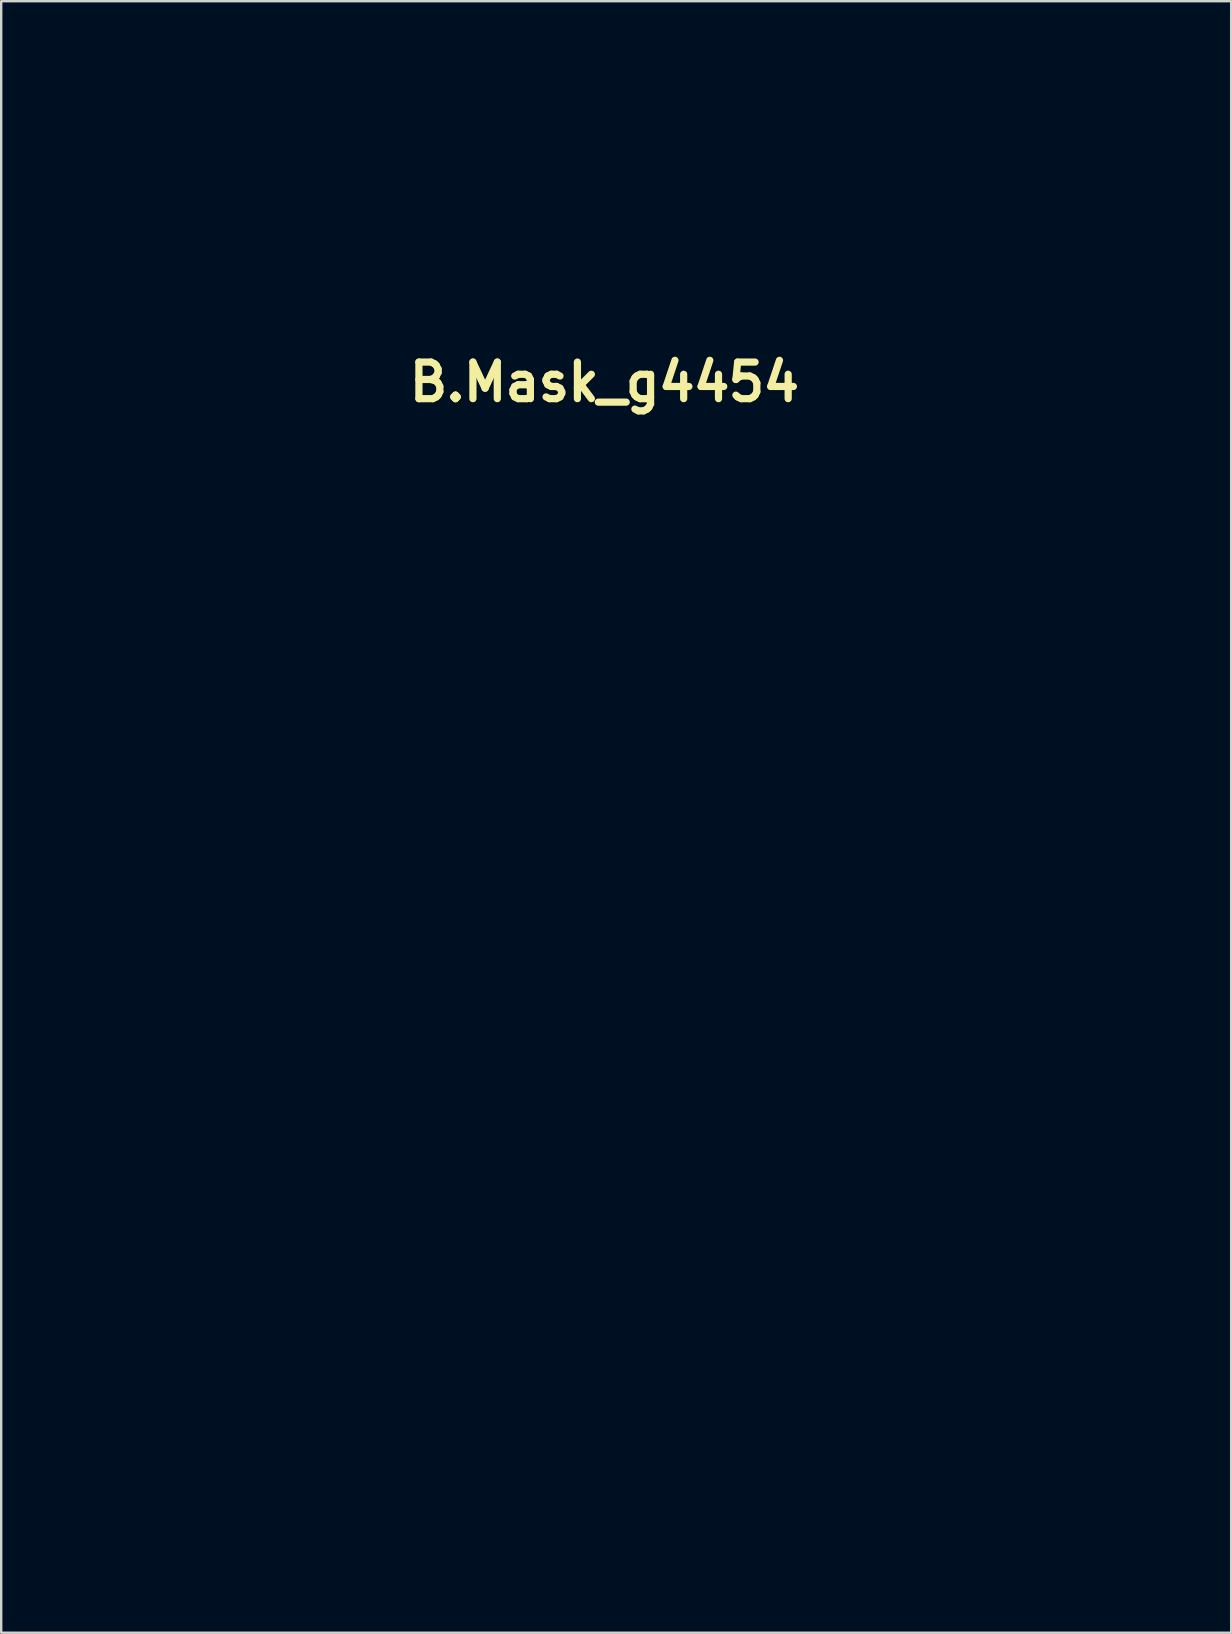
<source format=kicad_pcb>
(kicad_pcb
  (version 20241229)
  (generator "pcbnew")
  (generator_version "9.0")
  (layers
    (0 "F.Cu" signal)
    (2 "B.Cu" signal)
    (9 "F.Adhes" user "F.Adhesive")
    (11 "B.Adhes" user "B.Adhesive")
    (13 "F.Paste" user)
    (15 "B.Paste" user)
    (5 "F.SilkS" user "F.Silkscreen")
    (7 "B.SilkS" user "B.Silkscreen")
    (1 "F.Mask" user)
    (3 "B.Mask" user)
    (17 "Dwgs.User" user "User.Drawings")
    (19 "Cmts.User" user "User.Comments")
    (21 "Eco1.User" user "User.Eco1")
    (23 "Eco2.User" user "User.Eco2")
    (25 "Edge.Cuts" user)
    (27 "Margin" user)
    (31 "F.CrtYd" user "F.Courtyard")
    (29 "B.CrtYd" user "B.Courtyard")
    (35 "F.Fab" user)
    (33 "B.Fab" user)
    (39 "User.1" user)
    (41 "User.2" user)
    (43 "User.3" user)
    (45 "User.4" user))
  (footprint "B.Mask_g4454"
    (layer "F.Cu")
    (at 22.134 12.871)
    (property "Reference" "B.Mask_g4454" (at 0 0 0) (layer "F.SilkS") (effects (font (size 1.524 1.524) (thickness 0.3))))
    (attr through_hole)
    (fp_poly (pts (xy 2.187 15.271) (xy 2.424 15.274) (xy 2.633 15.278) (xy 2.809 15.284) (xy 2.949 15.292) (xy 3.027 15.299) (xy 3.419 15.351) (xy 3.827 15.424) (xy 4.257 15.519) (xy 4.714 15.636) (xy 4.783 15.655) (xy 5.475 15.867) (xy 6.173 16.12) (xy 6.873 16.412) (xy 7.575 16.743) (xy 8.276 17.111) (xy 8.974 17.515) (xy 9.667 17.954) (xy 10.353 18.427) (xy 11.031 18.932) (xy 11.698 19.47) (xy 12.097 19.811) (xy 12.409 20.088) (xy 12.695 20.351) (xy 12.953 20.598) (xy 13.183 20.828) (xy 13.384 21.04) (xy 13.553 21.232) (xy 13.691 21.404) (xy 13.796 21.554) (xy 13.855 21.656) (xy 13.891 21.736) (xy 13.903 21.796) (xy 13.89 21.851) (xy 13.851 21.913) (xy 13.846 21.92) (xy 13.772 22.002) (xy 13.658 22.095) (xy 13.509 22.199) (xy 13.326 22.312) (xy 13.11 22.435) (xy 12.865 22.566) (xy 12.592 22.704) (xy 12.294 22.848) (xy 11.972 22.998) (xy 11.628 23.152) (xy 11.266 23.31) (xy 10.886 23.471) (xy 10.492 23.634) (xy 10.084 23.798) (xy 9.666 23.962) (xy 9.239 24.125) (xy 8.806 24.287) (xy 8.368 24.446) (xy 7.928 24.602) (xy 7.488 24.754) (xy 7.05 24.901) (xy 6.617 25.041) (xy 6.189 25.175) (xy 5.77 25.301) (xy 5.493 25.382) (xy 5.122 25.484) (xy 4.724 25.588) (xy 4.304 25.691) (xy 3.87 25.794) (xy 3.426 25.893) (xy 2.98 25.989) (xy 2.538 26.08) (xy 2.106 26.164) (xy 1.69 26.24) (xy 1.296 26.307) (xy 0.93 26.364) (xy 0.635 26.404) (xy 0.298 26.444) (xy -0.077 26.482) (xy -0.486 26.519) (xy -0.924 26.554) (xy -1.387 26.587) (xy -1.871 26.617) (xy -2.371 26.644) (xy -2.882 26.669) (xy -3.401 26.69) (xy -3.924 26.708) (xy -4.085 26.712) (xy -4.257 26.716) (xy -4.459 26.72) (xy -4.685 26.723) (xy -4.929 26.725) (xy -5.184 26.727) (xy -5.444 26.728) (xy -5.705 26.729) (xy -5.958 26.729) (xy -6.199 26.728) (xy -6.421 26.727) (xy -6.619 26.725) (xy -6.785 26.722) (xy -6.9 26.719) (xy -7.212 26.705) (xy -7.549 26.683) (xy -7.906 26.654) (xy -8.278 26.618) (xy -8.66 26.576) (xy -9.047 26.528) (xy -9.433 26.476) (xy -9.814 26.42) (xy -10.186 26.361) (xy -10.542 26.3) (xy -10.877 26.237) (xy -11.188 26.173) (xy -11.468 26.108) (xy -11.712 26.044) (xy -11.796 26.02) (xy -11.915 25.979) (xy -11.999 25.937) (xy -12.053 25.887) (xy -12.085 25.824) (xy -12.099 25.765) (xy -12.107 25.63) (xy -12.097 25.461) (xy -12.069 25.258) (xy -12.025 25.027) (xy -11.966 24.769) (xy -11.892 24.487) (xy -11.804 24.185) (xy -11.703 23.864) (xy -11.59 23.528) (xy -11.466 23.18) (xy -11.332 22.822) (xy -11.188 22.457) (xy -11.035 22.089) (xy -10.875 21.719) (xy -10.779 21.505) (xy -10.588 21.097) (xy -10.402 20.725) (xy -10.217 20.383) (xy -10.029 20.065) (xy -9.834 19.765) (xy -9.628 19.478) (xy -9.408 19.199) (xy -9.168 18.921) (xy -8.906 18.638) (xy -8.618 18.346) (xy -8.58 18.308) (xy -8.141 17.895) (xy -7.709 17.522) (xy -7.281 17.188) (xy -6.856 16.892) (xy -6.433 16.633) (xy -6.032 16.421) (xy -5.706 16.266) (xy -5.394 16.127) (xy -5.092 16.002) (xy -4.795 15.892) (xy -4.499 15.795) (xy -4.199 15.709) (xy -3.891 15.635) (xy -3.571 15.571) (xy -3.235 15.516) (xy -2.877 15.469) (xy -2.493 15.429) (xy -2.08 15.395) (xy -1.632 15.366) (xy -1.259 15.347) (xy -0.95 15.333) (xy -0.628 15.32) (xy -0.299 15.309) (xy 0.035 15.299) (xy 0.37 15.291) (xy 0.701 15.284) (xy 1.026 15.278) (xy 1.341 15.274) (xy 1.642 15.271) (xy 1.925 15.271) (xy 2.187 15.271)) (stroke (width 0.01) (type solid)) (fill yes) (layer "B.Mask"))
    (fp_poly (pts (xy 15.347 23.709) (xy 15.388 23.721) (xy 15.431 23.749) (xy 15.487 23.798) (xy 15.519 23.828) (xy 15.621 23.935) (xy 15.737 24.072) (xy 15.865 24.237) (xy 16.003 24.427) (xy 16.15 24.638) (xy 16.304 24.868) (xy 16.462 25.113) (xy 16.624 25.37) (xy 16.787 25.636) (xy 16.949 25.909) (xy 17.109 26.184) (xy 17.265 26.458) (xy 17.416 26.73) (xy 17.558 26.995) (xy 17.692 27.25) (xy 17.813 27.492) (xy 17.922 27.718) (xy 18.016 27.926) (xy 18.094 28.111) (xy 18.153 28.271) (xy 18.192 28.402) (xy 18.208 28.502) (xy 18.209 28.507) (xy 18.208 28.561) (xy 18.198 28.6) (xy 18.169 28.639) (xy 18.115 28.69) (xy 18.109 28.696) (xy 18.02 28.768) (xy 17.902 28.848) (xy 17.751 28.939) (xy 17.567 29.042) (xy 17.347 29.157) (xy 17.113 29.274) (xy 16.58 29.528) (xy 16.008 29.783) (xy 15.401 30.038) (xy 14.764 30.292) (xy 14.099 30.543) (xy 13.411 30.79) (xy 12.704 31.032) (xy 11.98 31.267) (xy 11.245 31.494) (xy 10.502 31.712) (xy 9.8 31.906) (xy 9.018 32.11) (xy 8.235 32.302) (xy 7.455 32.481) (xy 6.683 32.647) (xy 5.922 32.798) (xy 5.177 32.933) (xy 4.451 33.053) (xy 3.75 33.156) (xy 3.076 33.241) (xy 2.435 33.308) (xy 2.244 33.325) (xy 2.038 33.341) (xy 1.8 33.357) (xy 1.527 33.372) (xy 1.22 33.387) (xy 0.874 33.402) (xy 0.489 33.416) (xy 0.286 33.424) (xy 0.189 33.426) (xy 0.055 33.429) (xy -0.113 33.432) (xy -0.311 33.434) (xy -0.536 33.437) (xy -0.783 33.44) (xy -1.049 33.442) (xy -1.33 33.444) (xy -1.624 33.446) (xy -1.925 33.448) (xy -2.23 33.45) (xy -2.536 33.452) (xy -2.839 33.453) (xy -3.135 33.455) (xy -3.421 33.455) (xy -3.693 33.456) (xy -3.946 33.456) (xy -4.179 33.456) (xy -4.386 33.456) (xy -4.564 33.455) (xy -4.709 33.454) (xy -4.819 33.453) (xy -4.868 33.452) (xy -5.067 33.446) (xy -5.245 33.439) (xy -5.406 33.433) (xy -5.555 33.425) (xy -5.697 33.415) (xy -5.836 33.403) (xy -5.976 33.389) (xy -6.123 33.371) (xy -6.279 33.35) (xy -6.451 33.324) (xy -6.642 33.294) (xy -6.857 33.258) (xy -7.1 33.216) (xy -7.376 33.168) (xy -7.684 33.113) (xy -8.174 33.026) (xy -8.649 32.94) (xy -9.107 32.856) (xy -9.546 32.774) (xy -9.963 32.695) (xy -10.357 32.619) (xy -10.724 32.547) (xy -11.064 32.479) (xy -11.373 32.415) (xy -11.651 32.357) (xy -11.893 32.303) (xy -12.099 32.256) (xy -12.266 32.214) (xy -12.319 32.2) (xy -12.689 32.099) (xy -12.696 31.168) (xy -12.696 30.878) (xy -12.696 30.59) (xy -12.693 30.309) (xy -12.689 30.038) (xy -12.683 29.781) (xy -12.677 29.542) (xy -12.668 29.326) (xy -12.659 29.137) (xy -12.649 28.978) (xy -12.638 28.854) (xy -12.628 28.776) (xy -12.586 28.582) (xy -12.531 28.425) (xy -12.463 28.3) (xy -12.376 28.204) (xy -12.269 28.131) (xy -12.191 28.095) (xy -12.087 28.069) (xy -11.946 28.057) (xy -11.772 28.059) (xy -11.568 28.074) (xy -11.338 28.102) (xy -11.113 28.139) (xy -10.956 28.166) (xy -10.789 28.194) (xy -10.624 28.22) (xy -10.477 28.242) (xy -10.372 28.257) (xy -10.14 28.284) (xy -9.869 28.312) (xy -9.563 28.339) (xy -9.225 28.365) (xy -8.859 28.39) (xy -8.469 28.415) (xy -8.057 28.438) (xy -7.628 28.46) (xy -7.186 28.481) (xy -6.732 28.5) (xy -6.272 28.517) (xy -5.809 28.532) (xy -5.345 28.545) (xy -4.886 28.556) (xy -4.434 28.565) (xy -3.993 28.571) (xy -3.566 28.574) (xy -3.323 28.574) (xy -2.775 28.572) (xy -2.253 28.563) (xy -1.753 28.547) (xy -1.269 28.524) (xy -0.797 28.493) (xy -0.333 28.454) (xy 0.127 28.406) (xy 0.589 28.348) (xy 1.056 28.279) (xy 1.533 28.2) (xy 2.025 28.11) (xy 2.536 28.007) (xy 3.07 27.892) (xy 3.633 27.764) (xy 4.228 27.622) (xy 4.606 27.529) (xy 5.551 27.286) (xy 6.461 27.034) (xy 7.344 26.771) (xy 8.208 26.493) (xy 9.06 26.2) (xy 9.907 25.886) (xy 10.757 25.552) (xy 11.618 25.192) (xy 12.497 24.806) (xy 12.912 24.617) (xy 13.279 24.45) (xy 13.621 24.299) (xy 13.937 24.164) (xy 14.226 24.045) (xy 14.485 23.943) (xy 14.715 23.858) (xy 14.912 23.792) (xy 15.077 23.744) (xy 15.207 23.716) (xy 15.297 23.707) (xy 15.347 23.709)) (stroke (width 0.01) (type solid)) (fill yes) (layer "B.Mask"))
    (fp_poly (pts (xy 22.014 38.507) (xy 22.179 38.538) (xy 22.33 38.606) (xy 22.467 38.711) (xy 22.59 38.854) (xy 22.701 39.035) (xy 22.798 39.256) (xy 22.883 39.515) (xy 22.956 39.814) (xy 23.017 40.154) (xy 23.028 40.227) (xy 23.055 40.44) (xy 23.078 40.653) (xy 23.095 40.859) (xy 23.106 41.048) (xy 23.111 41.212) (xy 23.108 41.344) (xy 23.108 41.348) (xy 23.07 41.621) (xy 22.992 41.897) (xy 22.872 42.176) (xy 22.712 42.46) (xy 22.556 42.686) (xy 22.497 42.759) (xy 22.413 42.854) (xy 22.31 42.965) (xy 22.194 43.084) (xy 22.073 43.206) (xy 21.952 43.324) (xy 21.839 43.431) (xy 21.738 43.521) (xy 21.675 43.574) (xy 21.279 43.872) (xy 20.842 44.166) (xy 20.363 44.455) (xy 19.845 44.74) (xy 19.288 45.02) (xy 18.691 45.295) (xy 18.057 45.564) (xy 17.386 45.827) (xy 16.677 46.085) (xy 15.933 46.336) (xy 15.154 46.58) (xy 14.34 46.817) (xy 14.086 46.887) (xy 12.968 47.18) (xy 11.816 47.454) (xy 10.634 47.707) (xy 9.427 47.94) (xy 8.199 48.152) (xy 6.955 48.341) (xy 5.697 48.508) (xy 4.432 48.651) (xy 3.162 48.77) (xy 2.095 48.851) (xy 1.662 48.88) (xy 1.254 48.904) (xy 0.861 48.925) (xy 0.476 48.942) (xy 0.09 48.957) (xy -0.305 48.97) (xy -0.718 48.98) (xy -1.157 48.988) (xy -1.593 48.994) (xy -2.731 49.008) (xy -2.685 49.057) (xy -2.658 49.092) (xy -2.665 49.104) (xy -2.669 49.104) (xy -2.696 49.101) (xy -2.761 49.093) (xy -2.857 49.08) (xy -2.979 49.064) (xy -3.123 49.046) (xy -3.283 49.025) (xy -3.397 49.01) (xy -4.031 48.925) (xy -4.655 48.837) (xy -5.266 48.746) (xy -5.862 48.653) (xy -6.44 48.558) (xy -6.998 48.462) (xy -7.533 48.366) (xy -8.043 48.269) (xy -8.524 48.172) (xy -8.975 48.076) (xy -9.393 47.981) (xy -9.776 47.888) (xy -10.12 47.796) (xy -10.308 47.742) (xy -10.61 47.643) (xy -10.874 47.535) (xy -11.103 47.414) (xy -11.301 47.278) (xy -11.473 47.125) (xy -11.622 46.95) (xy -11.751 46.753) (xy -11.833 46.598) (xy -11.881 46.494) (xy -11.926 46.385) (xy -11.969 46.269) (xy -12.01 46.144) (xy -12.05 46.005) (xy -12.089 45.852) (xy -12.128 45.68) (xy -12.167 45.487) (xy -12.208 45.271) (xy -12.25 45.027) (xy -12.294 44.755) (xy -12.342 44.45) (xy -12.392 44.111) (xy -12.447 43.734) (xy -12.481 43.498) (xy -12.511 43.284) (xy -12.536 43.106) (xy -12.556 42.958) (xy -12.571 42.833) (xy -12.583 42.727) (xy -12.591 42.632) (xy -12.597 42.542) (xy -12.6 42.452) (xy -12.602 42.356) (xy -12.603 42.247) (xy -12.604 42.153) (xy -12.603 41.972) (xy -12.601 41.825) (xy -12.595 41.707) (xy -12.584 41.609) (xy -12.569 41.526) (xy -12.547 41.45) (xy -12.517 41.374) (xy -12.483 41.298) (xy -12.39 41.142) (xy -12.274 41.022) (xy -12.136 40.938) (xy -11.975 40.889) (xy -11.876 40.877) (xy -11.825 40.875) (xy -11.78 40.875) (xy -11.733 40.88) (xy -11.68 40.89) (xy -11.613 40.907) (xy -11.527 40.933) (xy -11.416 40.969) (xy -11.273 41.017) (xy -11.208 41.039) (xy -10.783 41.176) (xy -10.337 41.309) (xy -9.868 41.439) (xy -9.372 41.565) (xy -8.846 41.689) (xy -8.288 41.812) (xy -7.693 41.934) (xy -7.059 42.056) (xy -7.006 42.066) (xy -5.978 42.249) (xy -4.974 42.411) (xy -3.986 42.552) (xy -3.003 42.673) (xy -2.016 42.777) (xy -1.014 42.863) (xy -0.582 42.895) (xy -0.405 42.906) (xy -0.192 42.914) (xy 0.052 42.92) (xy 0.322 42.925) (xy 0.612 42.928) (xy 0.915 42.929) (xy 1.227 42.928) (xy 1.542 42.926) (xy 1.854 42.922) (xy 2.158 42.916) (xy 2.447 42.908) (xy 2.717 42.899) (xy 2.962 42.888) (xy 3.027 42.885) (xy 4.298 42.797) (xy 5.588 42.673) (xy 6.892 42.515) (xy 8.207 42.321) (xy 9.531 42.093) (xy 10.858 41.833) (xy 12.187 41.539) (xy 13.513 41.213) (xy 14.834 40.856) (xy 16.145 40.468) (xy 16.721 40.287) (xy 16.875 40.237) (xy 17.029 40.185) (xy 17.175 40.133) (xy 17.304 40.087) (xy 17.405 40.047) (xy 17.441 40.033) (xy 18.007 39.793) (xy 18.539 39.574) (xy 19.037 39.375) (xy 19.499 39.196) (xy 19.927 39.038) (xy 20.319 38.9) (xy 20.676 38.782) (xy 20.998 38.685) (xy 21.283 38.609) (xy 21.533 38.554) (xy 21.746 38.519) (xy 21.923 38.505) (xy 22.014 38.507)) (stroke (width 0.01) (type solid)) (fill yes) (layer "B.Mask"))
    (fp_poly (pts (xy 19.369 30.515) (xy 19.38 30.537) (xy 19.406 30.595) (xy 19.445 30.686) (xy 19.497 30.805) (xy 19.559 30.951) (xy 19.631 31.119) (xy 19.711 31.306) (xy 19.797 31.51) (xy 19.888 31.727) (xy 19.929 31.824) (xy 20.141 32.328) (xy 20.336 32.794) (xy 20.515 33.224) (xy 20.678 33.619) (xy 20.827 33.981) (xy 20.962 34.31) (xy 21.082 34.608) (xy 21.189 34.877) (xy 21.283 35.116) (xy 21.365 35.329) (xy 21.435 35.516) (xy 21.493 35.678) (xy 21.54 35.817) (xy 21.577 35.934) (xy 21.605 36.03) (xy 21.622 36.106) (xy 21.631 36.165) (xy 21.632 36.19) (xy 21.612 36.262) (xy 21.555 36.343) (xy 21.463 36.429) (xy 21.349 36.51) (xy 21.172 36.613) (xy 20.957 36.725) (xy 20.704 36.844) (xy 20.415 36.971) (xy 20.093 37.105) (xy 19.74 37.244) (xy 19.357 37.389) (xy 18.947 37.538) (xy 18.512 37.691) (xy 18.052 37.847) (xy 17.572 38.005) (xy 17.071 38.165) (xy 16.553 38.325) (xy 16.02 38.486) (xy 15.472 38.646) (xy 15.06 38.764) (xy 13.744 39.122) (xy 12.449 39.446) (xy 11.17 39.736) (xy 9.904 39.994) (xy 8.648 40.22) (xy 7.396 40.415) (xy 6.147 40.578) (xy 4.895 40.712) (xy 3.637 40.816) (xy 2.699 40.874) (xy 2.604 40.878) (xy 2.474 40.882) (xy 2.313 40.886) (xy 2.128 40.89) (xy 1.923 40.893) (xy 1.703 40.896) (xy 1.475 40.899) (xy 1.242 40.902) (xy 1.011 40.904) (xy 0.787 40.905) (xy 0.574 40.907) (xy 0.378 40.907) (xy 0.205 40.907) (xy 0.059 40.906) (xy -0.053 40.904) (xy -0.116 40.902) (xy -1.23 40.841) (xy -2.329 40.753) (xy -3.41 40.638) (xy -4.468 40.497) (xy -5.501 40.331) (xy -6.505 40.139) (xy -7.027 40.027) (xy -7.421 39.937) (xy -7.827 39.839) (xy -8.241 39.735) (xy -8.658 39.626) (xy -9.075 39.513) (xy -9.487 39.398) (xy -9.889 39.282) (xy -10.276 39.167) (xy -10.645 39.053) (xy -10.99 38.942) (xy -11.308 38.835) (xy -11.593 38.733) (xy -11.842 38.639) (xy -11.858 38.632) (xy -12.044 38.556) (xy -12.193 38.489) (xy -12.31 38.43) (xy -12.398 38.376) (xy -12.461 38.324) (xy -12.503 38.272) (xy -12.528 38.217) (xy -12.53 38.21) (xy -12.562 38.073) (xy -12.593 37.899) (xy -12.622 37.69) (xy -12.649 37.451) (xy -12.674 37.185) (xy -12.697 36.897) (xy -12.716 36.592) (xy -12.733 36.271) (xy -12.746 35.941) (xy -12.755 35.604) (xy -12.757 35.465) (xy -12.76 35.207) (xy -12.761 34.989) (xy -12.759 34.806) (xy -12.755 34.656) (xy -12.747 34.535) (xy -12.737 34.439) (xy -12.723 34.366) (xy -12.705 34.312) (xy -12.689 34.281) (xy -12.633 34.227) (xy -12.549 34.193) (xy -12.433 34.178) (xy -12.361 34.177) (xy -12.3 34.179) (xy -12.24 34.182) (xy -12.177 34.189) (xy -12.106 34.2) (xy -12.021 34.215) (xy -11.918 34.236) (xy -11.792 34.263) (xy -11.638 34.299) (xy -11.451 34.343) (xy -11.314 34.375) (xy -10.913 34.467) (xy -10.518 34.552) (xy -10.125 34.631) (xy -9.732 34.703) (xy -9.336 34.769) (xy -8.935 34.828) (xy -8.526 34.882) (xy -8.106 34.931) (xy -7.673 34.974) (xy -7.224 35.012) (xy -6.756 35.044) (xy -6.268 35.073) (xy -5.755 35.096) (xy -5.216 35.116) (xy -4.648 35.131) (xy -4.048 35.143) (xy -3.414 35.151) (xy -2.743 35.156) (xy -2.032 35.157) (xy -2.032 35.157) (xy -1.322 35.156) (xy -0.651 35.152) (xy -0.016 35.144) (xy 0.586 35.133) (xy 1.157 35.117) (xy 1.702 35.098) (xy 2.222 35.074) (xy 2.721 35.045) (xy 3.202 35.011) (xy 3.667 34.971) (xy 4.121 34.926) (xy 4.566 34.874) (xy 5.004 34.816) (xy 5.44 34.752) (xy 5.875 34.68) (xy 6.314 34.601) (xy 6.758 34.514) (xy 7.212 34.419) (xy 7.677 34.316) (xy 8.158 34.204) (xy 8.657 34.083) (xy 8.901 34.023) (xy 9.247 33.935) (xy 9.583 33.849) (xy 9.911 33.763) (xy 10.233 33.675) (xy 10.552 33.587) (xy 10.87 33.496) (xy 11.189 33.402) (xy 11.512 33.305) (xy 11.84 33.202) (xy 12.178 33.095) (xy 12.526 32.981) (xy 12.887 32.86) (xy 13.264 32.732) (xy 13.659 32.595) (xy 14.074 32.449) (xy 14.511 32.293) (xy 14.974 32.126) (xy 15.464 31.947) (xy 15.983 31.756) (xy 16.535 31.552) (xy 17.121 31.333) (xy 17.744 31.1) (xy 17.798 31.08) (xy 18.043 30.989) (xy 18.276 30.902) (xy 18.495 30.821) (xy 18.696 30.748) (xy 18.877 30.682) (xy 19.034 30.626) (xy 19.165 30.58) (xy 19.266 30.546) (xy 19.334 30.524) (xy 19.367 30.515) (xy 19.369 30.515)) (stroke (width 0.01) (type solid)) (fill yes) (layer "B.Mask"))
    (fp_poly (pts (xy 15.865 -12.844) (xy 15.864 -12.783) (xy 15.862 -12.688) (xy 15.858 -12.564) (xy 15.852 -12.413) (xy 15.846 -12.241) (xy 15.839 -12.05) (xy 15.831 -11.846) (xy 15.822 -11.632) (xy 15.813 -11.413) (xy 15.803 -11.192) (xy 15.793 -10.974) (xy 15.784 -10.763) (xy 15.775 -10.562) (xy 15.766 -10.376) (xy 15.757 -10.209) (xy 15.75 -10.065) (xy 15.748 -10.033) (xy 15.689 -9.167) (xy 15.612 -8.325) (xy 15.518 -7.507) (xy 15.406 -6.716) (xy 15.277 -5.952) (xy 15.132 -5.217) (xy 14.97 -4.512) (xy 14.791 -3.84) (xy 14.597 -3.201) (xy 14.388 -2.596) (xy 14.163 -2.028) (xy 13.924 -1.498) (xy 13.832 -1.312) (xy 13.562 -0.82) (xy 13.254 -0.324) (xy 12.91 0.173) (xy 12.533 0.668) (xy 12.125 1.156) (xy 11.69 1.637) (xy 11.23 2.105) (xy 10.749 2.559) (xy 10.248 2.994) (xy 9.732 3.408) (xy 9.202 3.799) (xy 8.996 3.942) (xy 8.551 4.231) (xy 8.102 4.499) (xy 7.643 4.747) (xy 7.17 4.977) (xy 6.679 5.191) (xy 6.166 5.39) (xy 5.625 5.577) (xy 5.054 5.753) (xy 4.446 5.92) (xy 4.18 5.987) (xy 3.398 6.17) (xy 2.598 6.332) (xy 1.776 6.474) (xy 0.929 6.597) (xy 0.053 6.701) (xy -0.857 6.787) (xy -1.397 6.829) (xy -1.496 6.834) (xy -1.629 6.84) (xy -1.793 6.845) (xy -1.983 6.85) (xy -2.192 6.855) (xy -2.417 6.859) (xy -2.652 6.863) (xy -2.892 6.866) (xy -3.133 6.869) (xy -3.37 6.871) (xy -3.597 6.873) (xy -3.809 6.874) (xy -4.003 6.874) (xy -4.172 6.873) (xy -4.312 6.871) (xy -4.418 6.869) (xy -4.466 6.866) (xy -4.526 6.863) (xy -4.618 6.857) (xy -4.734 6.85) (xy -4.862 6.842) (xy -4.964 6.836) (xy -5.735 6.775) (xy -6.529 6.68) (xy -7.346 6.554) (xy -8.181 6.397) (xy -9.034 6.209) (xy -9.9 5.991) (xy -10.779 5.744) (xy -11.667 5.468) (xy -12.562 5.165) (xy -13.462 4.833) (xy -14.364 4.475) (xy -15.266 4.091) (xy -15.388 4.037) (xy -15.515 3.981) (xy -15.673 3.911) (xy -15.855 3.831) (xy -16.054 3.744) (xy -16.262 3.652) (xy -16.472 3.56) (xy -16.676 3.471) (xy -16.723 3.451) (xy -16.941 3.355) (xy -17.126 3.273) (xy -17.283 3.202) (xy -17.419 3.138) (xy -17.538 3.078) (xy -17.648 3.019) (xy -17.753 2.957) (xy -17.859 2.89) (xy -17.972 2.814) (xy -18.098 2.726) (xy -18.242 2.622) (xy -18.394 2.512) (xy -19.131 1.958) (xy -19.837 1.39) (xy -20.522 0.797) (xy -20.954 0.402) (xy -21.256 0.125) (xy -21.54 -0.124) (xy -21.813 -0.352) (xy -21.921 -0.439) (xy -21.999 -0.503) (xy -22.065 -0.561) (xy -22.11 -0.606) (xy -22.129 -0.629) (xy -22.128 -0.678) (xy -22.1 -0.756) (xy -22.046 -0.862) (xy -21.968 -0.994) (xy -21.867 -1.149) (xy -21.744 -1.325) (xy -21.6 -1.521) (xy -21.592 -1.533) (xy -21.386 -1.808) (xy -21.201 -2.062) (xy -21.028 -2.306) (xy -20.86 -2.55) (xy -20.688 -2.806) (xy -20.525 -3.055) (xy -20.371 -3.29) (xy -20.235 -3.493) (xy -20.115 -3.665) (xy -20.008 -3.81) (xy -19.911 -3.932) (xy -19.821 -4.034) (xy -19.736 -4.119) (xy -19.652 -4.19) (xy -19.567 -4.25) (xy -19.478 -4.304) (xy -19.417 -4.336) (xy -19.252 -4.405) (xy -19.064 -4.462) (xy -18.863 -4.505) (xy -18.658 -4.532) (xy -18.461 -4.542) (xy -18.279 -4.534) (xy -18.124 -4.507) (xy -18.108 -4.503) (xy -18.022 -4.465) (xy -17.939 -4.4) (xy -17.856 -4.305) (xy -17.772 -4.178) (xy -17.685 -4.016) (xy -17.593 -3.816) (xy -17.539 -3.687) (xy -17.452 -3.485) (xy -17.343 -3.254) (xy -17.216 -2.998) (xy -17.073 -2.723) (xy -16.917 -2.433) (xy -16.751 -2.133) (xy -16.578 -1.83) (xy -16.4 -1.527) (xy -16.221 -1.23) (xy -16.042 -0.944) (xy -15.961 -0.817) (xy -15.697 -0.42) (xy -15.446 -0.062) (xy -15.204 0.258) (xy -14.972 0.541) (xy -14.748 0.789) (xy -14.53 1.002) (xy -14.319 1.182) (xy -14.113 1.331) (xy -13.91 1.449) (xy -13.894 1.457) (xy -13.705 1.54) (xy -13.535 1.591) (xy -13.386 1.609) (xy -13.381 1.609) (xy -13.299 1.605) (xy -13.239 1.588) (xy -13.181 1.554) (xy -13.174 1.549) (xy -13.075 1.465) (xy -12.958 1.346) (xy -12.826 1.193) (xy -12.679 1.009) (xy -12.519 0.796) (xy -12.348 0.557) (xy -12.167 0.293) (xy -11.978 0.006) (xy -11.782 -0.301) (xy -11.581 -0.625) (xy -11.376 -0.966) (xy -11.233 -1.211) (xy -11.175 -1.311) (xy -11.118 -1.41) (xy -11.06 -1.513) (xy -10.999 -1.621) (xy -10.933 -1.739) (xy -10.861 -1.869) (xy -10.781 -2.015) (xy -10.692 -2.178) (xy -10.59 -2.364) (xy -10.476 -2.575) (xy -10.347 -2.813) (xy -10.201 -3.082) (xy -10.037 -3.386) (xy -10.037 -3.387) (xy -9.942 -3.563) (xy -9.864 -3.706) (xy -9.801 -3.818) (xy -9.751 -3.905) (xy -9.712 -3.969) (xy -9.682 -4.014) (xy -9.657 -4.044) (xy -9.636 -4.063) (xy -9.616 -4.074) (xy -9.606 -4.078) (xy -9.552 -4.092) (xy -9.458 -4.112) (xy -9.325 -4.137) (xy -9.157 -4.168) (xy -8.953 -4.203) (xy -8.717 -4.243) (xy -8.45 -4.286) (xy -8.155 -4.334) (xy -7.831 -4.385) (xy -7.726 -4.401) (xy -7.297 -4.469) (xy -6.907 -4.531) (xy -6.555 -4.589) (xy -6.238 -4.643) (xy -5.954 -4.694) (xy -5.7 -4.741) (xy -5.474 -4.786) (xy -5.273 -4.829) (xy -5.096 -4.87) (xy -4.94 -4.91) (xy -4.803 -4.949) (xy -4.682 -4.987) (xy -4.575 -5.026) (xy -4.569 -5.028) (xy -4.454 -5.07) (xy -4.368 -5.093) (xy -4.301 -5.097) (xy -4.244 -5.083) (xy -4.189 -5.053) (xy -4.136 -5.01) (xy -4.081 -4.952) (xy -4.023 -4.873) (xy -3.958 -4.77) (xy -3.883 -4.637) (xy -3.794 -4.471) (xy -3.778 -4.439) (xy -3.668 -4.228) (xy -3.571 -4.046) (xy -3.48 -3.884) (xy -3.391 -3.732) (xy -3.299 -3.582) (xy -3.197 -3.423) (xy -3.166 -3.376) (xy -3.089 -3.26) (xy -3.017 -3.154) (xy -2.946 -3.054) (xy -2.872 -2.953) (xy -2.792 -2.847) (xy -2.702 -2.731) (xy -2.597 -2.6) (xy -2.475 -2.45) (xy -2.33 -2.274) (xy -2.256 -2.184) (xy -2.119 -2.019) (xy -2.005 -1.885) (xy -1.91 -1.776) (xy -1.83 -1.691) (xy -1.761 -1.625) (xy -1.702 -1.576) (xy -1.647 -1.539) (xy -1.593 -1.511) (xy -1.543 -1.491) (xy -1.452 -1.471) (xy -1.343 -1.462) (xy -1.233 -1.465) (xy -1.14 -1.481) (xy -1.111 -1.491) (xy -1.068 -1.517) (xy -1.004 -1.567) (xy -0.927 -1.633) (xy -0.844 -1.709) (xy -0.834 -1.719) (xy -0.697 -1.856) (xy -0.56 -2.005) (xy -0.419 -2.168) (xy -0.273 -2.349) (xy -0.121 -2.549) (xy 0.041 -2.773) (xy 0.214 -3.022) (xy 0.4 -3.3) (xy 0.602 -3.608) (xy 0.82 -3.951) (xy 0.879 -4.043) (xy 1.104 -4.397) (xy 1.311 -4.716) (xy 1.503 -5.003) (xy 1.682 -5.262) (xy 1.849 -5.495) (xy 2.007 -5.705) (xy 2.157 -5.896) (xy 2.191 -5.937) (xy 2.305 -6.068) (xy 2.437 -6.211) (xy 2.581 -6.357) (xy 2.727 -6.497) (xy 2.867 -6.625) (xy 2.992 -6.73) (xy 3.037 -6.765) (xy 3.1 -6.811) (xy 3.184 -6.871) (xy 3.285 -6.942) (xy 3.398 -7.02) (xy 3.516 -7.102) (xy 3.635 -7.183) (xy 3.75 -7.261) (xy 3.855 -7.332) (xy 3.946 -7.392) (xy 4.016 -7.437) (xy 4.06 -7.465) (xy 4.074 -7.472) (xy 4.087 -7.454) (xy 4.115 -7.403) (xy 4.155 -7.326) (xy 4.204 -7.228) (xy 4.259 -7.116) (xy 4.263 -7.107) (xy 4.352 -6.926) (xy 4.439 -6.758) (xy 4.529 -6.594) (xy 4.627 -6.426) (xy 4.738 -6.247) (xy 4.865 -6.049) (xy 4.999 -5.846) (xy 5.242 -5.487) (xy 5.47 -5.163) (xy 5.682 -4.876) (xy 5.878 -4.625) (xy 6.058 -4.41) (xy 6.221 -4.233) (xy 6.367 -4.093) (xy 6.496 -3.991) (xy 6.507 -3.983) (xy 6.728 -3.853) (xy 6.941 -3.765) (xy 7.148 -3.717) (xy 7.349 -3.711) (xy 7.545 -3.746) (xy 7.738 -3.824) (xy 7.928 -3.943) (xy 8.116 -4.104) (xy 8.268 -4.265) (xy 8.414 -4.443) (xy 8.568 -4.646) (xy 8.731 -4.876) (xy 8.902 -5.134) (xy 9.084 -5.421) (xy 9.277 -5.74) (xy 9.481 -6.09) (xy 9.697 -6.474) (xy 9.926 -6.892) (xy 10.17 -7.346) (xy 10.427 -7.838) (xy 10.594 -8.16) (xy 10.823 -8.599) (xy 11.039 -9.001) (xy 11.242 -9.364) (xy 11.433 -9.692) (xy 11.613 -9.986) (xy 11.783 -10.246) (xy 11.943 -10.474) (xy 12.029 -10.588) (xy 12.127 -10.704) (xy 12.252 -10.828) (xy 12.405 -10.962) (xy 12.589 -11.107) (xy 12.805 -11.266) (xy 13.056 -11.441) (xy 13.187 -11.528) (xy 13.454 -11.702) (xy 13.724 -11.872) (xy 13.994 -12.035) (xy 14.258 -12.188) (xy 14.51 -12.328) (xy 14.746 -12.453) (xy 14.961 -12.56) (xy 15.149 -12.645) (xy 15.225 -12.677) (xy 15.306 -12.707) (xy 15.402 -12.74) (xy 15.507 -12.773) (xy 15.611 -12.805) (xy 15.707 -12.832) (xy 15.786 -12.853) (xy 15.841 -12.865) (xy 15.864 -12.866) (xy 15.865 -12.844)) (stroke (width 0.01) (type solid)) (fill yes) (layer "B.Mask")))
  (gr_rect
    (start -3 -3)
    (end 48.249 64.98)
    (stroke (width 0.1) (type default))
    (fill no)
    (layer "Edge.Cuts")))
</source>
